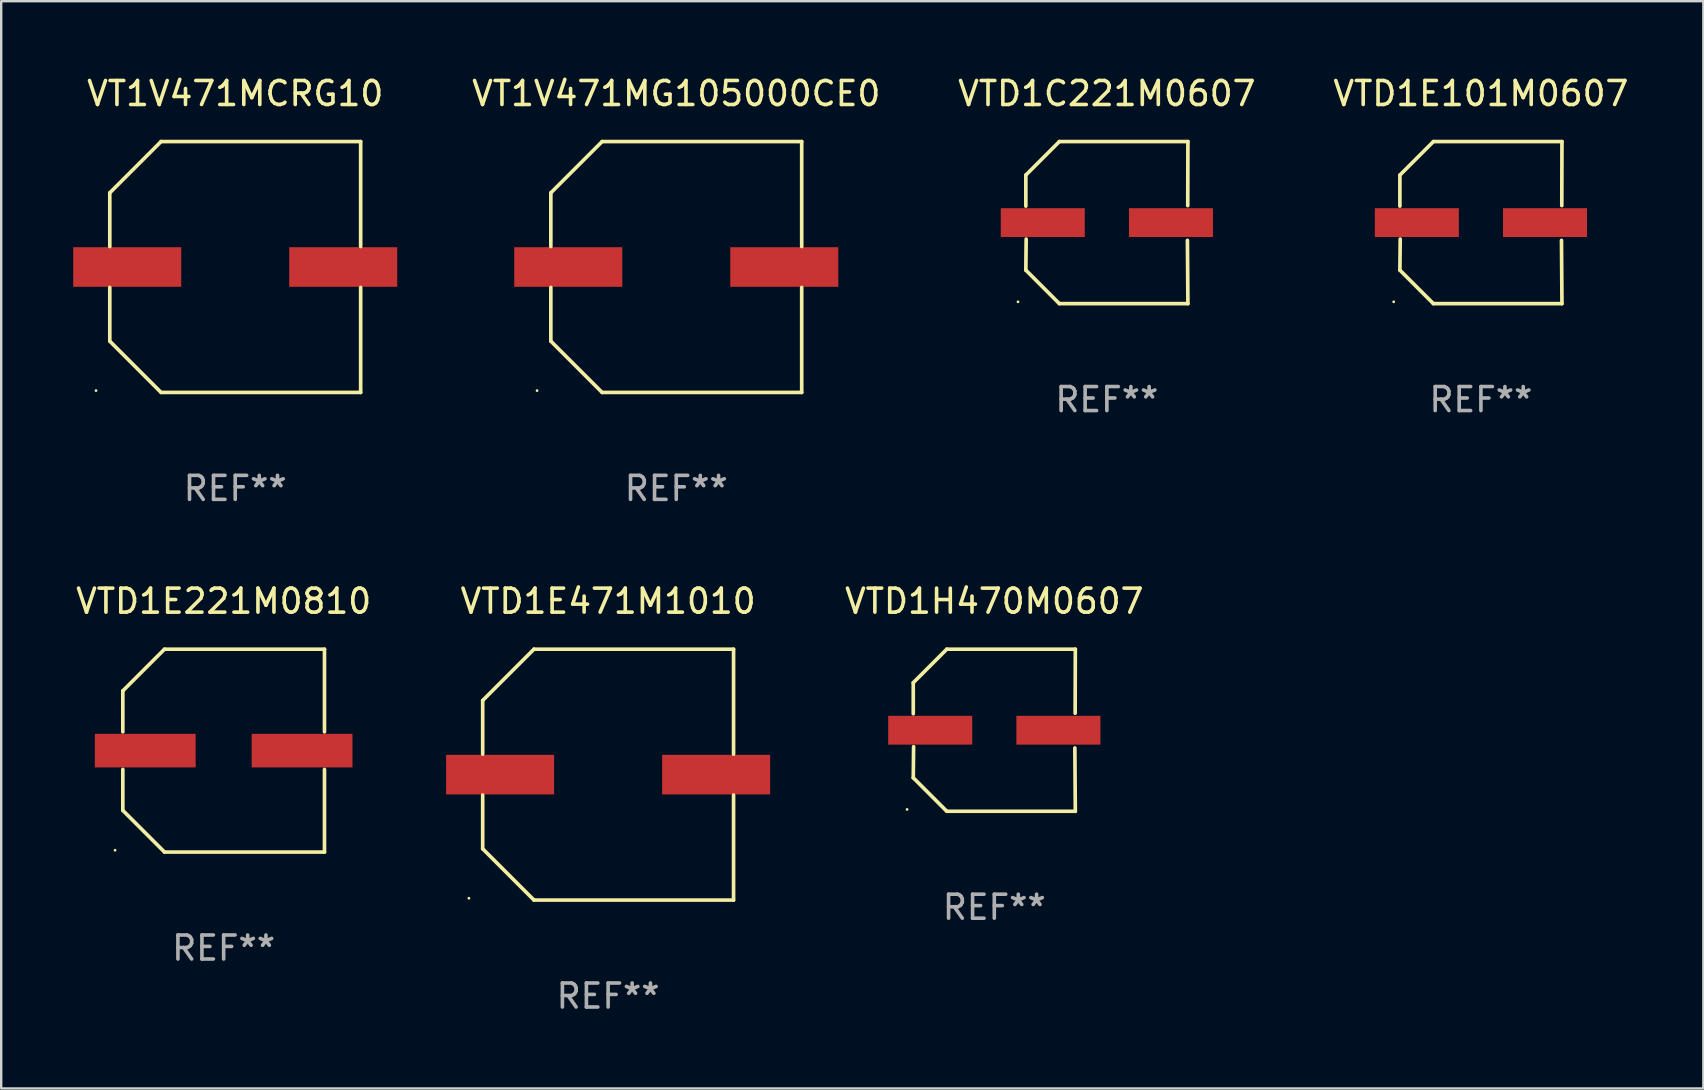
<source format=kicad_pcb>
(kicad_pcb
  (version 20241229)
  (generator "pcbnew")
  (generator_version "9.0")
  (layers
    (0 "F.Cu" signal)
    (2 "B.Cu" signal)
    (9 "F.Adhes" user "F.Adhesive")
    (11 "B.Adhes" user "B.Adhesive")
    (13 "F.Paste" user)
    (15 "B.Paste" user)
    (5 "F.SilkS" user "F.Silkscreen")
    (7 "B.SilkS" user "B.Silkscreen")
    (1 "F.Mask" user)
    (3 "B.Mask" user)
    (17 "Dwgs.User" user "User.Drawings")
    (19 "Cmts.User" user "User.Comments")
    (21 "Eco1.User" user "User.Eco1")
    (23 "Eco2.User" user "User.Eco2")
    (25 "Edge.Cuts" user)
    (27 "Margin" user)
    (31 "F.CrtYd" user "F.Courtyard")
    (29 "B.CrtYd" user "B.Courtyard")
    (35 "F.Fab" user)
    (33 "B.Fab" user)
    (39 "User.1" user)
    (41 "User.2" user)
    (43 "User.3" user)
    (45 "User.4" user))
  (footprint "VTD1C221M0607"
    (layer "F.Cu")
    (at 43.065 6.224)
    (property "Reference" "VTD1C221M0607" (at 0 -5.376 0) (layer "F.SilkS") (effects (font (size 1 1) (thickness 0.15))))
    (attr through_hole)
    (fp_line (start -3.376 -1.98) (end -3.376 -0.686) (stroke (width 0.152) (type solid)) (layer "F.SilkS"))
    (fp_line (start -3.376 1.981) (end -3.362 0.686) (stroke (width 0.152) (type solid)) (layer "F.SilkS"))
    (fp_line (start -1.981 3.376) (end -3.376 1.981) (stroke (width 0.152) (type solid)) (layer "F.SilkS"))
    (fp_line (start -1.98 -3.376) (end -3.376 -1.98) (stroke (width 0.152) (type solid)) (layer "F.SilkS"))
    (fp_line (start 3.356 0.74) (end 3.376 3.376) (stroke (width 0.152) (type solid)) (layer "F.SilkS"))
    (fp_line (start 3.369 -0.707) (end 3.376 -3.376) (stroke (width 0.152) (type solid)) (layer "F.SilkS"))
    (fp_line (start 3.376 3.376) (end -1.981 3.376) (stroke (width 0.152) (type solid)) (layer "F.SilkS"))
    (fp_line (start 3.376 -3.376) (end -1.98 -3.376) (stroke (width 0.152) (type solid)) (layer "F.SilkS"))
    (fp_circle (center -3.702 3.3) (end -3.672 3.3) (stroke (width 0.06) (type solid)) (fill no) (layer "F.SilkS"))
    (fp_text user "REF**" (at 0 7.376 0) (layer "F.Fab") (effects (font (size 1 1) (thickness 0.15))))
    (pad "1" smd rect (at -2.67 0.000203) (size 3.5 1.2) (layers "F.Cu" "F.Mask" "F.Paste"))
    (pad "2" smd rect (at 2.67 0.000203) (size 3.5 1.2) (layers "F.Cu" "F.Mask" "F.Paste")))
  (footprint "VTD1E101M0607"
    (layer "F.Cu")
    (at 58.649 6.224)
    (property "Reference" "VTD1E101M0607" (at 0 -5.376 0) (layer "F.SilkS") (effects (font (size 1 1) (thickness 0.15))))
    (attr through_hole)
    (fp_line (start -3.376 -1.98) (end -3.376 -0.686) (stroke (width 0.152) (type solid)) (layer "F.SilkS"))
    (fp_line (start -3.376 1.981) (end -3.362 0.686) (stroke (width 0.152) (type solid)) (layer "F.SilkS"))
    (fp_line (start -1.981 3.376) (end -3.376 1.981) (stroke (width 0.152) (type solid)) (layer "F.SilkS"))
    (fp_line (start -1.98 -3.376) (end -3.376 -1.98) (stroke (width 0.152) (type solid)) (layer "F.SilkS"))
    (fp_line (start 3.356 0.74) (end 3.376 3.376) (stroke (width 0.152) (type solid)) (layer "F.SilkS"))
    (fp_line (start 3.369 -0.707) (end 3.376 -3.376) (stroke (width 0.152) (type solid)) (layer "F.SilkS"))
    (fp_line (start 3.376 3.376) (end -1.981 3.376) (stroke (width 0.152) (type solid)) (layer "F.SilkS"))
    (fp_line (start 3.376 -3.376) (end -1.98 -3.376) (stroke (width 0.152) (type solid)) (layer "F.SilkS"))
    (fp_circle (center -3.634 3.3) (end -3.604 3.3) (stroke (width 0.06) (type solid)) (fill no) (layer "F.SilkS"))
    (fp_text user "REF**" (at 0 7.376 0) (layer "F.Fab") (effects (font (size 1 1) (thickness 0.15))))
    (pad "1" smd rect (at -2.67 0.000254) (size 3.5 1.2) (layers "F.Cu" "F.Mask" "F.Paste"))
    (pad "2" smd rect (at 2.67 0.000254) (size 3.5 1.2) (layers "F.Cu" "F.Mask" "F.Paste")))
  (footprint "VTD1E471M1010"
    (layer "F.Cu")
    (at 22.286 29.223)
    (property "Reference" "VTD1E471M1010" (at 0 -7.226 0) (layer "F.SilkS") (effects (font (size 1 1) (thickness 0.15))))
    (attr through_hole)
    (fp_line (start -5.226 -3.09) (end -5.226 -0.852) (stroke (width 0.152) (type solid)) (layer "F.SilkS"))
    (fp_line (start -5.226 3.09) (end -5.226 0.852) (stroke (width 0.152) (type solid)) (layer "F.SilkS"))
    (fp_line (start -3.09 -5.226) (end -5.226 -3.09) (stroke (width 0.152) (type solid)) (layer "F.SilkS"))
    (fp_line (start -3.09 5.226) (end -5.226 3.09) (stroke (width 0.152) (type solid)) (layer "F.SilkS"))
    (fp_line (start 5.226 -5.226) (end -3.09 -5.226) (stroke (width 0.152) (type solid)) (layer "F.SilkS"))
    (fp_line (start 5.226 -0.852) (end 5.226 -5.226) (stroke (width 0.152) (type solid)) (layer "F.SilkS"))
    (fp_line (start 5.226 0.852) (end 5.226 5.226) (stroke (width 0.152) (type solid)) (layer "F.SilkS"))
    (fp_line (start 5.226 5.226) (end -3.09 5.226) (stroke (width 0.152) (type solid)) (layer "F.SilkS"))
    (fp_circle (center -5.8 5.15) (end -5.77 5.15) (stroke (width 0.06) (type solid)) (fill no) (layer "F.SilkS"))
    (fp_text user "REF**" (at 0 9.226 0) (layer "F.Fab") (effects (font (size 1 1) (thickness 0.15))))
    (pad "1" smd rect (at -4.5 0) (size 4.5 1.65) (layers "F.Cu" "F.Mask" "F.Paste"))
    (pad "2" smd rect (at 4.5 0) (size 4.5 1.65) (layers "F.Cu" "F.Mask" "F.Paste")))
  (footprint "VT1V471MCRG10"
    (layer "F.Cu")
    (at 6.75 8.074)
    (property "Reference" "VT1V471MCRG10" (at 0 -7.226 0) (layer "F.SilkS") (effects (font (size 1 1) (thickness 0.15))))
    (attr through_hole)
    (fp_line (start -5.226 -3.09) (end -5.226 -0.852) (stroke (width 0.152) (type solid)) (layer "F.SilkS"))
    (fp_line (start -5.226 3.09) (end -5.226 0.852) (stroke (width 0.152) (type solid)) (layer "F.SilkS"))
    (fp_line (start -3.09 -5.226) (end -5.226 -3.09) (stroke (width 0.152) (type solid)) (layer "F.SilkS"))
    (fp_line (start -3.09 5.226) (end -5.226 3.09) (stroke (width 0.152) (type solid)) (layer "F.SilkS"))
    (fp_line (start 5.226 -5.226) (end -3.09 -5.226) (stroke (width 0.152) (type solid)) (layer "F.SilkS"))
    (fp_line (start 5.226 -0.852) (end 5.226 -5.226) (stroke (width 0.152) (type solid)) (layer "F.SilkS"))
    (fp_line (start 5.226 0.852) (end 5.226 5.226) (stroke (width 0.152) (type solid)) (layer "F.SilkS"))
    (fp_line (start 5.226 5.226) (end -3.09 5.226) (stroke (width 0.152) (type solid)) (layer "F.SilkS"))
    (fp_circle (center -5.8 5.15) (end -5.77 5.15) (stroke (width 0.06) (type solid)) (fill no) (layer "F.SilkS"))
    (fp_text user "REF**" (at 0 9.226 0) (layer "F.Fab") (effects (font (size 1 1) (thickness 0.15))))
    (pad "1" smd rect (at -4.5 0) (size 4.5 1.65) (layers "F.Cu" "F.Mask" "F.Paste"))
    (pad "2" smd rect (at 4.5 0) (size 4.5 1.65) (layers "F.Cu" "F.Mask" "F.Paste")))
  (footprint "VT1V471MG105000CE0"
    (layer "F.Cu")
    (at 25.125 8.074)
    (property "Reference" "VT1V471MG105000CE0" (at 0 -7.226 0) (layer "F.SilkS") (effects (font (size 1 1) (thickness 0.15))))
    (attr through_hole)
    (fp_line (start -5.226 -3.09) (end -5.226 -0.852) (stroke (width 0.152) (type solid)) (layer "F.SilkS"))
    (fp_line (start -5.226 3.09) (end -5.226 0.852) (stroke (width 0.152) (type solid)) (layer "F.SilkS"))
    (fp_line (start -3.09 -5.226) (end -5.226 -3.09) (stroke (width 0.152) (type solid)) (layer "F.SilkS"))
    (fp_line (start -3.09 5.226) (end -5.226 3.09) (stroke (width 0.152) (type solid)) (layer "F.SilkS"))
    (fp_line (start 5.226 -5.226) (end -3.09 -5.226) (stroke (width 0.152) (type solid)) (layer "F.SilkS"))
    (fp_line (start 5.226 -0.852) (end 5.226 -5.226) (stroke (width 0.152) (type solid)) (layer "F.SilkS"))
    (fp_line (start 5.226 0.852) (end 5.226 5.226) (stroke (width 0.152) (type solid)) (layer "F.SilkS"))
    (fp_line (start 5.226 5.226) (end -3.09 5.226) (stroke (width 0.152) (type solid)) (layer "F.SilkS"))
    (fp_circle (center -5.8 5.15) (end -5.77 5.15) (stroke (width 0.06) (type solid)) (fill no) (layer "F.SilkS"))
    (fp_text user "REF**" (at 0 9.226 0) (layer "F.Fab") (effects (font (size 1 1) (thickness 0.15))))
    (pad "1" smd rect (at -4.5 0) (size 4.5 1.65) (layers "F.Cu" "F.Mask" "F.Paste"))
    (pad "2" smd rect (at 4.5 0) (size 4.5 1.65) (layers "F.Cu" "F.Mask" "F.Paste")))
  (footprint "VTD1E221M0810"
    (layer "F.Cu")
    (at 6.268 28.223)
    (property "Reference" "VTD1E221M0810" (at 0 -6.226 0) (layer "F.SilkS") (effects (font (size 1 1) (thickness 0.15))))
    (attr through_hole)
    (fp_line (start -4.201 -2.49) (end -4.201 -0.782) (stroke (width 0.152) (type solid)) (layer "F.SilkS"))
    (fp_line (start -4.201 2.49) (end -4.201 0.782) (stroke (width 0.152) (type solid)) (layer "F.SilkS"))
    (fp_line (start -2.465 -4.226) (end -4.201 -2.49) (stroke (width 0.152) (type solid)) (layer "F.SilkS"))
    (fp_line (start -2.465 4.226) (end -4.201 2.49) (stroke (width 0.152) (type solid)) (layer "F.SilkS"))
    (fp_line (start 4.201 -4.226) (end -2.465 -4.226) (stroke (width 0.152) (type solid)) (layer "F.SilkS"))
    (fp_line (start 4.201 -0.782) (end 4.201 -4.226) (stroke (width 0.152) (type solid)) (layer "F.SilkS"))
    (fp_line (start 4.201 0.782) (end 4.201 4.226) (stroke (width 0.152) (type solid)) (layer "F.SilkS"))
    (fp_line (start 4.201 4.226) (end -2.465 4.226) (stroke (width 0.152) (type solid)) (layer "F.SilkS"))
    (fp_circle (center -4.524 4.15) (end -4.494 4.15) (stroke (width 0.06) (type solid)) (fill no) (layer "F.SilkS"))
    (fp_text user "REF**" (at 0 8.226 0) (layer "F.Fab") (effects (font (size 1 1) (thickness 0.15))))
    (pad "1" smd rect (at -3.267 0) (size 4.2 1.4) (layers "F.Cu" "F.Mask" "F.Paste"))
    (pad "2" smd rect (at 3.267 0) (size 4.2 1.4) (layers "F.Cu" "F.Mask" "F.Paste")))
  (footprint "VTD1H470M0607"
    (layer "F.Cu")
    (at 38.375 27.373)
    (property "Reference" "VTD1H470M0607" (at 0 -5.376 0) (layer "F.SilkS") (effects (font (size 1 1) (thickness 0.15))))
    (attr through_hole)
    (fp_line (start -3.376 -1.98) (end -3.376 -0.686) (stroke (width 0.152) (type solid)) (layer "F.SilkS"))
    (fp_line (start -3.376 1.981) (end -3.362 0.686) (stroke (width 0.152) (type solid)) (layer "F.SilkS"))
    (fp_line (start -1.981 3.376) (end -3.376 1.981) (stroke (width 0.152) (type solid)) (layer "F.SilkS"))
    (fp_line (start -1.98 -3.376) (end -3.376 -1.98) (stroke (width 0.152) (type solid)) (layer "F.SilkS"))
    (fp_line (start 3.356 0.74) (end 3.376 3.376) (stroke (width 0.152) (type solid)) (layer "F.SilkS"))
    (fp_line (start 3.369 -0.707) (end 3.376 -3.376) (stroke (width 0.152) (type solid)) (layer "F.SilkS"))
    (fp_line (start 3.376 3.376) (end -1.981 3.376) (stroke (width 0.152) (type solid)) (layer "F.SilkS"))
    (fp_line (start 3.376 -3.376) (end -1.98 -3.376) (stroke (width 0.152) (type solid)) (layer "F.SilkS"))
    (fp_circle (center -3.634 3.3) (end -3.604 3.3) (stroke (width 0.06) (type solid)) (fill no) (layer "F.SilkS"))
    (fp_text user "REF**" (at 0 7.376 0) (layer "F.Fab") (effects (font (size 1 1) (thickness 0.15))))
    (pad "1" smd rect (at -2.67 0.000254) (size 3.5 1.2) (layers "F.Cu" "F.Mask" "F.Paste"))
    (pad "2" smd rect (at 2.67 0.000254) (size 3.5 1.2) (layers "F.Cu" "F.Mask" "F.Paste")))
  (gr_rect
    (start -3 -3)
    (end 67.916 42.298)
    (stroke (width 0.1) (type default))
    (fill no)
    (layer "Edge.Cuts")))
</source>
